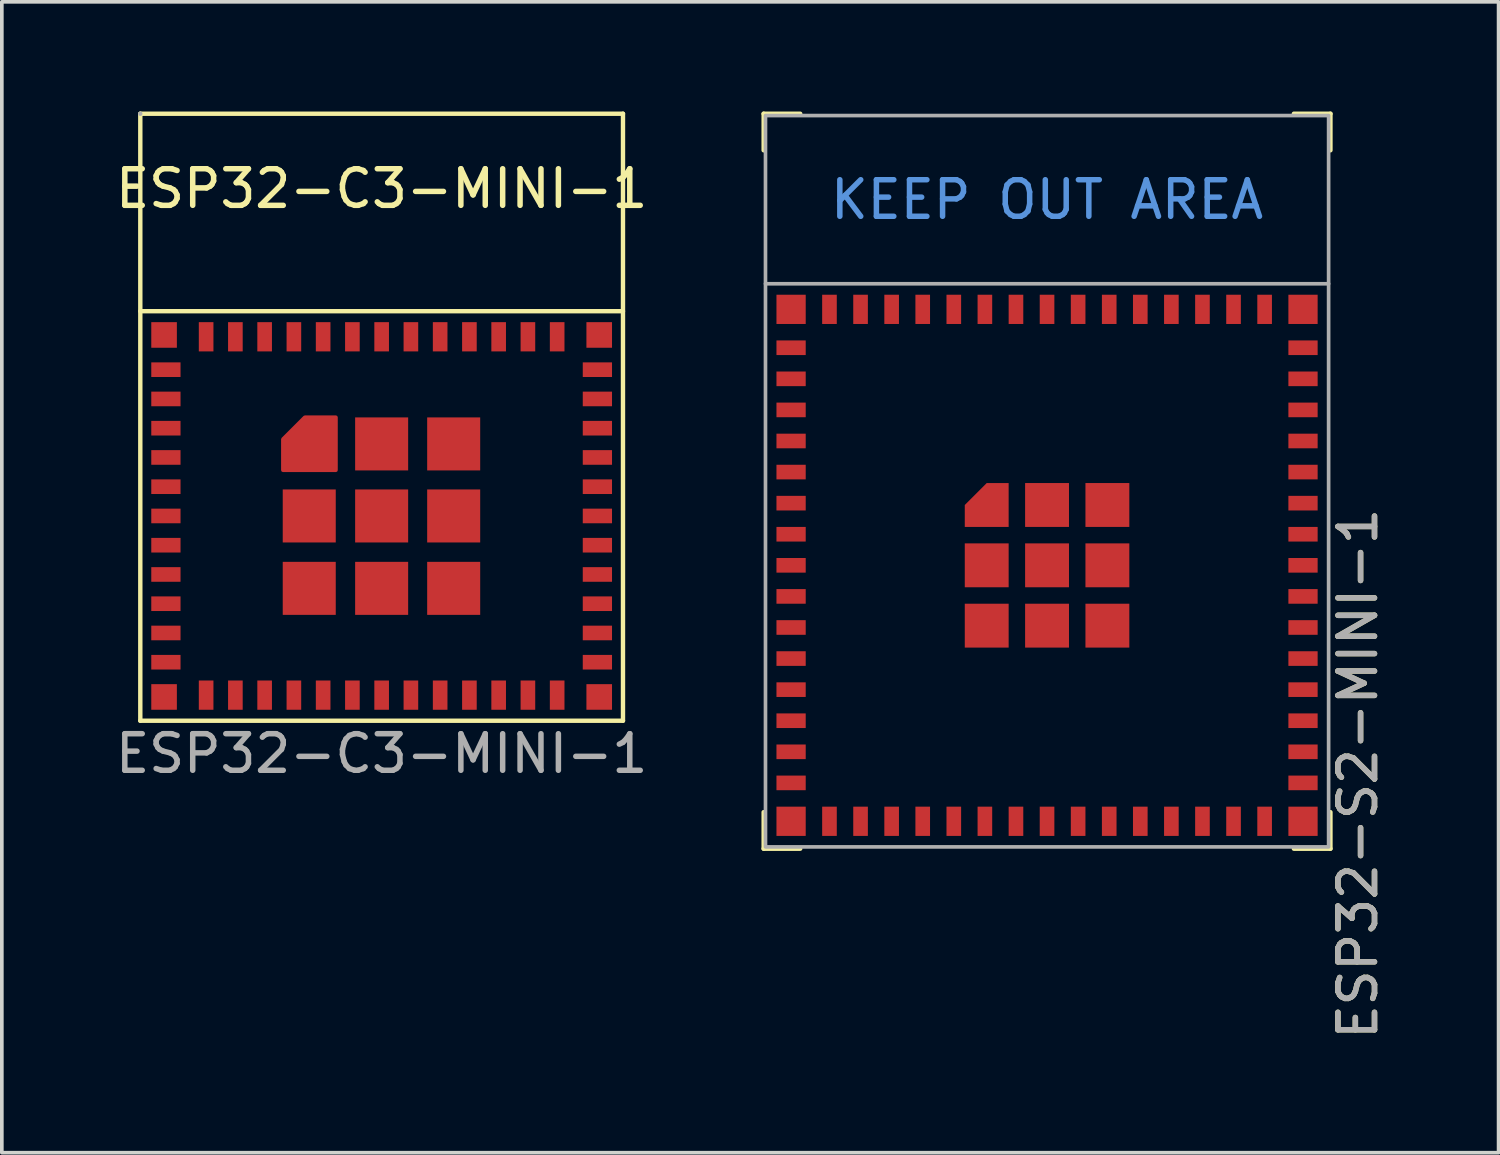
<source format=kicad_pcb>
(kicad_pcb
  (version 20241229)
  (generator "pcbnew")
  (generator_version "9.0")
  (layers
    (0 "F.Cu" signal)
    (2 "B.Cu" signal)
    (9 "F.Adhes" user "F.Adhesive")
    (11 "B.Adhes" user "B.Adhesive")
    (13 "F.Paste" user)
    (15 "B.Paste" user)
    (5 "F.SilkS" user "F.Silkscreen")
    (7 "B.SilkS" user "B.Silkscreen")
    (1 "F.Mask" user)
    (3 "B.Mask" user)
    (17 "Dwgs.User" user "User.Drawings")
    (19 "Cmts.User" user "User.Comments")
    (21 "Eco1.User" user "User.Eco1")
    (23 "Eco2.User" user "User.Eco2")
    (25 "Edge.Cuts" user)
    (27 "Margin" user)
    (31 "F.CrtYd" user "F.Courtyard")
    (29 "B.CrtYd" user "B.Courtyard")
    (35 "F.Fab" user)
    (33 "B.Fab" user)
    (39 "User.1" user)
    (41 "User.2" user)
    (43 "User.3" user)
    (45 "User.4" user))
  (footprint "ESP32-S2-MINI-1"
    (layer "F.Cu")
    (at 25.584 12.41)
    (property "Reference" "ESP32-S2-MINI-1" (at 8.5 5.7 90) (unlocked yes) (layer "F.SilkS") (effects (font (size 1 1) (thickness 0.15))))
    (attr through_hole)
    (fp_line (start -7.75 -12.35) (end -7.75 -11.35) (stroke (width 0.12) (type solid)) (layer "F.SilkS"))
    (fp_line (start -7.75 -12.35) (end -6.75 -12.35) (stroke (width 0.12) (type solid)) (layer "F.SilkS"))
    (fp_line (start -7.75 7.75) (end -7.75 6.75) (stroke (width 0.12) (type solid)) (layer "F.SilkS"))
    (fp_line (start -7.75 7.75) (end -6.75 7.75) (stroke (width 0.12) (type solid)) (layer "F.SilkS"))
    (fp_line (start 7.75 -12.35) (end 6.75 -12.35) (stroke (width 0.12) (type solid)) (layer "F.SilkS"))
    (fp_line (start 7.75 -12.35) (end 7.75 -11.35) (stroke (width 0.12) (type solid)) (layer "F.SilkS"))
    (fp_line (start 7.75 7.75) (end 6.75 7.75) (stroke (width 0.12) (type solid)) (layer "F.SilkS"))
    (fp_line (start 7.75 7.75) (end 7.75 6.75) (stroke (width 0.12) (type solid)) (layer "F.SilkS"))
    (fp_line (start 7.7 -7.7) (end -7.7 -7.7) (stroke (width 0.1) (type solid)) (layer "F.Fab"))
    (fp_rect (start -7.7 -12.3) (end 7.7 7.7) (stroke (width 0.1) (type solid)) (fill no) (layer "F.Fab"))
    (fp_text user "KEEP OUT AREA" (at 0 -10 0) (unlocked yes) (layer "Cmts.User") (effects (font (size 1 1) (thickness 0.15))))
    (fp_text user "${REFERENCE}" (at 8.5 5.7 90) (unlocked yes) (layer "F.Fab") (effects (font (size 1 1) (thickness 0.15))))
    (pad "1" smd rect (at -7 -5.95) (size 0.8 0.4) (layers "F.Cu" "F.Mask" "F.Paste"))
    (pad "2" smd rect (at -7 -5.1) (size 0.8 0.4) (layers "F.Cu" "F.Mask" "F.Paste"))
    (pad "3" smd rect (at -7 -4.25) (size 0.8 0.4) (layers "F.Cu" "F.Mask" "F.Paste"))
    (pad "4" smd rect (at -7 -3.4) (size 0.8 0.4) (layers "F.Cu" "F.Mask" "F.Paste"))
    (pad "5" smd rect (at -7 -2.55) (size 0.8 0.4) (layers "F.Cu" "F.Mask" "F.Paste"))
    (pad "6" smd rect (at -7 -1.7) (size 0.8 0.4) (layers "F.Cu" "F.Mask" "F.Paste"))
    (pad "7" smd rect (at -7 -0.85) (size 0.8 0.4) (layers "F.Cu" "F.Mask" "F.Paste"))
    (pad "8" smd rect (at -7 0) (size 0.8 0.4) (layers "F.Cu" "F.Mask" "F.Paste"))
    (pad "9" smd rect (at -7 0.85) (size 0.8 0.4) (layers "F.Cu" "F.Mask" "F.Paste"))
    (pad "10" smd rect (at -7 1.7) (size 0.8 0.4) (layers "F.Cu" "F.Mask" "F.Paste"))
    (pad "11" smd rect (at -7 2.55) (size 0.8 0.4) (layers "F.Cu" "F.Mask" "F.Paste"))
    (pad "12" smd rect (at -7 3.4) (size 0.8 0.4) (layers "F.Cu" "F.Mask" "F.Paste"))
    (pad "13" smd rect (at -7 4.25) (size 0.8 0.4) (layers "F.Cu" "F.Mask" "F.Paste"))
    (pad "14" smd rect (at -7 5.1) (size 0.8 0.4) (layers "F.Cu" "F.Mask" "F.Paste"))
    (pad "15" smd rect (at -7 5.95) (size 0.8 0.4) (layers "F.Cu" "F.Mask" "F.Paste"))
    (pad "16" smd rect (at -5.95 7 90) (size 0.8 0.4) (layers "F.Cu" "F.Mask" "F.Paste"))
    (pad "17" smd rect (at -5.1 7 90) (size 0.8 0.4) (layers "F.Cu" "F.Mask" "F.Paste"))
    (pad "18" smd rect (at -4.25 7 90) (size 0.8 0.4) (layers "F.Cu" "F.Mask" "F.Paste"))
    (pad "19" smd rect (at -3.4 7 90) (size 0.8 0.4) (layers "F.Cu" "F.Mask" "F.Paste"))
    (pad "20" smd rect (at -2.55 7 90) (size 0.8 0.4) (layers "F.Cu" "F.Mask" "F.Paste"))
    (pad "21" smd rect (at -1.7 7 90) (size 0.8 0.4) (layers "F.Cu" "F.Mask" "F.Paste"))
    (pad "22" smd rect (at -0.85 7 90) (size 0.8 0.4) (layers "F.Cu" "F.Mask" "F.Paste"))
    (pad "23" smd rect (at 0 7 90) (size 0.8 0.4) (layers "F.Cu" "F.Mask" "F.Paste"))
    (pad "24" smd rect (at 0.85 7 90) (size 0.8 0.4) (layers "F.Cu" "F.Mask" "F.Paste"))
    (pad "25" smd rect (at 1.7 7 90) (size 0.8 0.4) (layers "F.Cu" "F.Mask" "F.Paste"))
    (pad "26" smd rect (at 2.55 7 90) (size 0.8 0.4) (layers "F.Cu" "F.Mask" "F.Paste"))
    (pad "27" smd rect (at 3.4 7 90) (size 0.8 0.4) (layers "F.Cu" "F.Mask" "F.Paste"))
    (pad "28" smd rect (at 4.25 7 90) (size 0.8 0.4) (layers "F.Cu" "F.Mask" "F.Paste"))
    (pad "29" smd rect (at 5.1 7 90) (size 0.8 0.4) (layers "F.Cu" "F.Mask" "F.Paste"))
    (pad "30" smd rect (at 5.95 7 90) (size 0.8 0.4) (layers "F.Cu" "F.Mask" "F.Paste"))
    (pad "31" smd rect (at 7 5.95) (size 0.8 0.4) (layers "F.Cu" "F.Mask" "F.Paste"))
    (pad "32" smd rect (at 7 5.1) (size 0.8 0.4) (layers "F.Cu" "F.Mask" "F.Paste"))
    (pad "33" smd rect (at 7 4.25) (size 0.8 0.4) (layers "F.Cu" "F.Mask" "F.Paste"))
    (pad "34" smd rect (at 7 3.4) (size 0.8 0.4) (layers "F.Cu" "F.Mask" "F.Paste"))
    (pad "35" smd rect (at 7 2.55) (size 0.8 0.4) (layers "F.Cu" "F.Mask" "F.Paste"))
    (pad "36" smd rect (at 7 1.7) (size 0.8 0.4) (layers "F.Cu" "F.Mask" "F.Paste"))
    (pad "37" smd rect (at 7 0.85) (size 0.8 0.4) (layers "F.Cu" "F.Mask" "F.Paste"))
    (pad "38" smd rect (at 7 0) (size 0.8 0.4) (layers "F.Cu" "F.Mask" "F.Paste"))
    (pad "39" smd rect (at 7 -0.85) (size 0.8 0.4) (layers "F.Cu" "F.Mask" "F.Paste"))
    (pad "40" smd rect (at 7 -1.7) (size 0.8 0.4) (layers "F.Cu" "F.Mask" "F.Paste"))
    (pad "41" smd rect (at 7 -2.55) (size 0.8 0.4) (layers "F.Cu" "F.Mask" "F.Paste"))
    (pad "42" smd rect (at 7 -3.4) (size 0.8 0.4) (layers "F.Cu" "F.Mask" "F.Paste"))
    (pad "43" smd rect (at 7 -4.25) (size 0.8 0.4) (layers "F.Cu" "F.Mask" "F.Paste"))
    (pad "44" smd rect (at 7 -5.1) (size 0.8 0.4) (layers "F.Cu" "F.Mask" "F.Paste"))
    (pad "45" smd rect (at 7 -5.95) (size 0.8 0.4) (layers "F.Cu" "F.Mask" "F.Paste"))
    (pad "46" smd rect (at 5.95 -7 90) (size 0.8 0.4) (layers "F.Cu" "F.Mask" "F.Paste"))
    (pad "47" smd rect (at 5.1 -7 90) (size 0.8 0.4) (layers "F.Cu" "F.Mask" "F.Paste"))
    (pad "48" smd rect (at 4.25 -7 90) (size 0.8 0.4) (layers "F.Cu" "F.Mask" "F.Paste"))
    (pad "49" smd rect (at 3.4 -7 90) (size 0.8 0.4) (layers "F.Cu" "F.Mask" "F.Paste"))
    (pad "50" smd rect (at 2.55 -7 90) (size 0.8 0.4) (layers "F.Cu" "F.Mask" "F.Paste"))
    (pad "51" smd rect (at 1.7 -7 90) (size 0.8 0.4) (layers "F.Cu" "F.Mask" "F.Paste"))
    (pad "52" smd rect (at 0.85 -7 90) (size 0.8 0.4) (layers "F.Cu" "F.Mask" "F.Paste"))
    (pad "53" smd rect (at 0 -7 90) (size 0.8 0.4) (layers "F.Cu" "F.Mask" "F.Paste"))
    (pad "54" smd rect (at -0.85 -7 90) (size 0.8 0.4) (layers "F.Cu" "F.Mask" "F.Paste"))
    (pad "55" smd rect (at -1.7 -7 90) (size 0.8 0.4) (layers "F.Cu" "F.Mask" "F.Paste"))
    (pad "56" smd rect (at -2.55 -7 90) (size 0.8 0.4) (layers "F.Cu" "F.Mask" "F.Paste"))
    (pad "57" smd rect (at -3.4 -7 90) (size 0.8 0.4) (layers "F.Cu" "F.Mask" "F.Paste"))
    (pad "58" smd rect (at -4.25 -7 90) (size 0.8 0.4) (layers "F.Cu" "F.Mask" "F.Paste"))
    (pad "59" smd rect (at -5.1 -7 90) (size 0.8 0.4) (layers "F.Cu" "F.Mask" "F.Paste"))
    (pad "60" smd rect (at -5.95 -7 90) (size 0.8 0.4) (layers "F.Cu" "F.Mask" "F.Paste"))
    (pad "61" smd roundrect (at -1.65 -1.65) (size 1.2 1.2) (layers "F.Cu" "F.Mask" "F.Paste") (roundrect_rratio 0) (chamfer_ratio 0.5) (chamfer top_left))
    (pad "61" smd rect (at -1.65 0) (size 1.2 1.2) (layers "F.Cu" "F.Mask" "F.Paste"))
    (pad "61" smd rect (at -1.65 1.65) (size 1.2 1.2) (layers "F.Cu" "F.Mask" "F.Paste"))
    (pad "61" smd rect (at 0 -1.65) (size 1.2 1.2) (layers "F.Cu" "F.Mask" "F.Paste"))
    (pad "61" smd rect (at 0 0) (size 1.2 1.2) (layers "F.Cu" "F.Mask" "F.Paste"))
    (pad "61" smd rect (at 0 1.65) (size 1.2 1.2) (layers "F.Cu" "F.Mask" "F.Paste"))
    (pad "61" smd rect (at 1.65 -1.65) (size 1.2 1.2) (layers "F.Cu" "F.Mask" "F.Paste"))
    (pad "61" smd rect (at 1.65 0) (size 1.2 1.2) (layers "F.Cu" "F.Mask" "F.Paste"))
    (pad "61" smd rect (at 1.65 1.65) (size 1.2 1.2) (layers "F.Cu" "F.Mask" "F.Paste"))
    (pad "62" smd rect (at -7 -7) (size 0.8 0.8) (layers "F.Cu" "F.Mask" "F.Paste"))
    (pad "63" smd rect (at -7 7) (size 0.8 0.8) (layers "F.Cu" "F.Mask" "F.Paste"))
    (pad "64" smd rect (at 7 7) (size 0.8 0.8) (layers "F.Cu" "F.Mask" "F.Paste"))
    (pad "65" smd rect (at 7 -7) (size 0.8 0.8) (layers "F.Cu" "F.Mask" "F.Paste"))
    (zone (net_name "") (layers "F.Cu" "B.Cu") (hatch edge 0.508) (connect_pads) (min_thickness 0.254) (filled_areas_thickness no) (keepout (tracks not_allowed) (vias not_allowed) (pads not_allowed) (copperpour not_allowed) (footprints not_allowed)) (placement (enabled no)) (fill) (polygon (pts (xy 33.284 4.71) (xy 17.884 4.71) (xy 17.884 0.11) (xy 33.284 0.11)))))
  (footprint "ESP32-C3-MINI-1"
    (layer "F.Cu")
    (at 7.387 11.06)
    (property "Reference" "ESP32-C3-MINI-1" (at 0 -8.95 0) (layer "F.SilkS") (effects (font (size 1 1) (thickness 0.15))))
    (attr smd)
    (fp_line (start -6.6 -11) (end 6.6 -11) (stroke (width 0.12) (type solid)) (layer "F.SilkS"))
    (fp_line (start -6.6 5.6) (end -6.6 -11) (stroke (width 0.12) (type solid)) (layer "F.SilkS"))
    (fp_line (start -6.6 5.6) (end 6.6 5.6) (stroke (width 0.12) (type solid)) (layer "F.SilkS"))
    (fp_line (start 6.6 -5.6) (end -6.6 -5.6) (stroke (width 0.12) (type solid)) (layer "F.SilkS"))
    (fp_line (start 6.6 5.6) (end 6.6 -11) (stroke (width 0.12) (type solid)) (layer "F.SilkS"))
    (fp_circle (center -6.6 -11) (end -6.57 -11) (stroke (width 0.06) (type solid)) (fill no) (layer "F.Fab"))
    (fp_text user "${REFERENCE}" (at 0 6.5 0) (layer "F.Fab") (effects (font (size 1 1) (thickness 0.15))))
    (pad "1" smd rect (at -5.9 -4 90) (size 0.4 0.8) (layers "F.Cu" "F.Mask" "F.Paste"))
    (pad "2" smd rect (at -5.9 -3.2 90) (size 0.4 0.8) (layers "F.Cu" "F.Mask" "F.Paste"))
    (pad "3" smd rect (at -5.9 -2.4 90) (size 0.4 0.8) (layers "F.Cu" "F.Mask" "F.Paste"))
    (pad "4" smd rect (at -5.9 -1.6 90) (size 0.4 0.8) (layers "F.Cu" "F.Mask" "F.Paste"))
    (pad "5" smd rect (at -5.9 -0.8 90) (size 0.4 0.8) (layers "F.Cu" "F.Mask" "F.Paste"))
    (pad "6" smd rect (at -5.9 0 90) (size 0.4 0.8) (layers "F.Cu" "F.Mask" "F.Paste"))
    (pad "7" smd rect (at -5.9 0.8 90) (size 0.4 0.8) (layers "F.Cu" "F.Mask" "F.Paste"))
    (pad "8" smd rect (at -5.9 1.6 90) (size 0.4 0.8) (layers "F.Cu" "F.Mask" "F.Paste"))
    (pad "9" smd rect (at -5.9 2.4 90) (size 0.4 0.8) (layers "F.Cu" "F.Mask" "F.Paste"))
    (pad "10" smd rect (at -5.9 3.2 90) (size 0.4 0.8) (layers "F.Cu" "F.Mask" "F.Paste"))
    (pad "11" smd rect (at -5.9 4 90) (size 0.4 0.8) (layers "F.Cu" "F.Mask" "F.Paste"))
    (pad "12" smd rect (at -4.8 4.9 180) (size 0.4 0.8) (layers "F.Cu" "F.Mask" "F.Paste"))
    (pad "13" smd rect (at -4 4.9 180) (size 0.4 0.8) (layers "F.Cu" "F.Mask" "F.Paste"))
    (pad "14" smd rect (at -3.2 4.9 180) (size 0.4 0.8) (layers "F.Cu" "F.Mask" "F.Paste"))
    (pad "15" smd rect (at -2.4 4.9 180) (size 0.4 0.8) (layers "F.Cu" "F.Mask" "F.Paste"))
    (pad "16" smd rect (at -1.6 4.9 180) (size 0.4 0.8) (layers "F.Cu" "F.Mask" "F.Paste"))
    (pad "17" smd rect (at -0.8 4.9 180) (size 0.4 0.8) (layers "F.Cu" "F.Mask" "F.Paste"))
    (pad "18" smd rect (at 0 4.9 180) (size 0.4 0.8) (layers "F.Cu" "F.Mask" "F.Paste"))
    (pad "19" smd rect (at 0.8 4.9 180) (size 0.4 0.8) (layers "F.Cu" "F.Mask" "F.Paste"))
    (pad "20" smd rect (at 1.6 4.9 180) (size 0.4 0.8) (layers "F.Cu" "F.Mask" "F.Paste"))
    (pad "21" smd rect (at 2.4 4.9 180) (size 0.4 0.8) (layers "F.Cu" "F.Mask" "F.Paste"))
    (pad "22" smd rect (at 3.2 4.9 180) (size 0.4 0.8) (layers "F.Cu" "F.Mask" "F.Paste"))
    (pad "23" smd rect (at 4 4.9 180) (size 0.4 0.8) (layers "F.Cu" "F.Mask" "F.Paste"))
    (pad "24" smd rect (at 4.8 4.9 180) (size 0.4 0.8) (layers "F.Cu" "F.Mask" "F.Paste"))
    (pad "25" smd rect (at 5.9 4 270) (size 0.4 0.8) (layers "F.Cu" "F.Mask" "F.Paste"))
    (pad "26" smd rect (at 5.9 3.2 270) (size 0.4 0.8) (layers "F.Cu" "F.Mask" "F.Paste"))
    (pad "27" smd rect (at 5.9 2.4 270) (size 0.4 0.8) (layers "F.Cu" "F.Mask" "F.Paste"))
    (pad "28" smd rect (at 5.9 1.6 270) (size 0.4 0.8) (layers "F.Cu" "F.Mask" "F.Paste"))
    (pad "29" smd rect (at 5.9 0.8 270) (size 0.4 0.8) (layers "F.Cu" "F.Mask" "F.Paste"))
    (pad "30" smd rect (at 5.9 0 270) (size 0.4 0.8) (layers "F.Cu" "F.Mask" "F.Paste"))
    (pad "31" smd rect (at 5.9 -0.8 270) (size 0.4 0.8) (layers "F.Cu" "F.Mask" "F.Paste"))
    (pad "32" smd rect (at 5.9 -1.6 270) (size 0.4 0.8) (layers "F.Cu" "F.Mask" "F.Paste"))
    (pad "33" smd rect (at 5.9 -2.4 270) (size 0.4 0.8) (layers "F.Cu" "F.Mask" "F.Paste"))
    (pad "34" smd rect (at 5.9 -3.2 270) (size 0.4 0.8) (layers "F.Cu" "F.Mask" "F.Paste"))
    (pad "35" smd rect (at 5.9 -4 270) (size 0.4 0.8) (layers "F.Cu" "F.Mask" "F.Paste"))
    (pad "36" smd rect (at 4.8 -4.9) (size 0.4 0.8) (layers "F.Cu" "F.Mask" "F.Paste"))
    (pad "37" smd rect (at 4 -4.9) (size 0.4 0.8) (layers "F.Cu" "F.Mask" "F.Paste"))
    (pad "38" smd rect (at 3.2 -4.9) (size 0.4 0.8) (layers "F.Cu" "F.Mask" "F.Paste"))
    (pad "39" smd rect (at 2.4 -4.9) (size 0.4 0.8) (layers "F.Cu" "F.Mask" "F.Paste"))
    (pad "40" smd rect (at 1.6 -4.9) (size 0.4 0.8) (layers "F.Cu" "F.Mask" "F.Paste"))
    (pad "41" smd rect (at 0.8 -4.9) (size 0.4 0.8) (layers "F.Cu" "F.Mask" "F.Paste"))
    (pad "42" smd rect (at 0 -4.9) (size 0.4 0.8) (layers "F.Cu" "F.Mask" "F.Paste"))
    (pad "43" smd rect (at -0.8 -4.9) (size 0.4 0.8) (layers "F.Cu" "F.Mask" "F.Paste"))
    (pad "44" smd rect (at -1.6 -4.9) (size 0.4 0.8) (layers "F.Cu" "F.Mask" "F.Paste"))
    (pad "45" smd rect (at -2.4 -4.9) (size 0.4 0.8) (layers "F.Cu" "F.Mask" "F.Paste"))
    (pad "46" smd rect (at -3.2 -4.9) (size 0.4 0.8) (layers "F.Cu" "F.Mask" "F.Paste"))
    (pad "47" smd rect (at -4 -4.9) (size 0.4 0.8) (layers "F.Cu" "F.Mask" "F.Paste"))
    (pad "48" smd rect (at -4.8 -4.9) (size 0.4 0.8) (layers "F.Cu" "F.Mask" "F.Paste"))
    (pad "49" smd custom (at -1.98 -1.98) (size 0.01 0.01) (layers "F.Cu" "F.Mask" "F.Paste") (options (anchor circle)) (primitives (gr_poly (pts (xy -0.72 -0.12) (xy -0.12 -0.72) (xy 0.73 -0.72) (xy 0.73 0.73) (xy -0.72 0.73)) (width 0.1) (fill yes))))
    (pad "49" smd rect (at -1.98 0) (size 1.45 1.45) (layers "F.Cu" "F.Mask" "F.Paste"))
    (pad "49" smd rect (at -1.98 1.98) (size 1.45 1.45) (layers "F.Cu" "F.Mask" "F.Paste"))
    (pad "49" smd rect (at 0 -1.97) (size 1.45 1.45) (layers "F.Cu" "F.Mask" "F.Paste"))
    (pad "49" smd rect (at 0 0) (size 1.45 1.45) (layers "F.Cu" "F.Mask" "F.Paste"))
    (pad "49" smd rect (at 0 1.98) (size 1.45 1.45) (layers "F.Cu" "F.Mask" "F.Paste"))
    (pad "49" smd rect (at 1.97 -1.97) (size 1.45 1.45) (layers "F.Cu" "F.Mask" "F.Paste"))
    (pad "49" smd rect (at 1.97 0) (size 1.45 1.45) (layers "F.Cu" "F.Mask" "F.Paste"))
    (pad "49" smd rect (at 1.97 1.98) (size 1.45 1.45) (layers "F.Cu" "F.Mask" "F.Paste"))
    (pad "50" smd rect (at 5.95 -4.95) (size 0.7 0.7) (layers "F.Cu" "F.Mask" "F.Paste"))
    (pad "51" smd rect (at 5.95 4.95) (size 0.7 0.7) (layers "F.Cu" "F.Mask" "F.Paste"))
    (pad "52" smd rect (at -5.95 4.95) (size 0.7 0.7) (layers "F.Cu" "F.Mask" "F.Paste"))
    (pad "53" smd rect (at -5.95 -4.95) (size 0.7 0.7) (layers "F.Cu" "F.Mask" "F.Paste"))
    (zone (net_name "") (layers "F.Cu" "B.Cu") (hatch edge 0.5) (connect_pads) (min_thickness 0.25) (filled_areas_thickness no) (keepout (tracks not_allowed) (vias not_allowed) (pads not_allowed) (copperpour not_allowed) (footprints not_allowed)) (placement (enabled no)) (fill) (polygon (pts (xy 0.787 0.06) (xy 13.987 0.06) (xy 13.987 5.46) (xy 0.787 5.46)))))
  (gr_rect
    (start -3 -3)
    (end 37.932 28.473)
    (stroke (width 0.1) (type default))
    (fill no)
    (layer "Edge.Cuts")))
</source>
